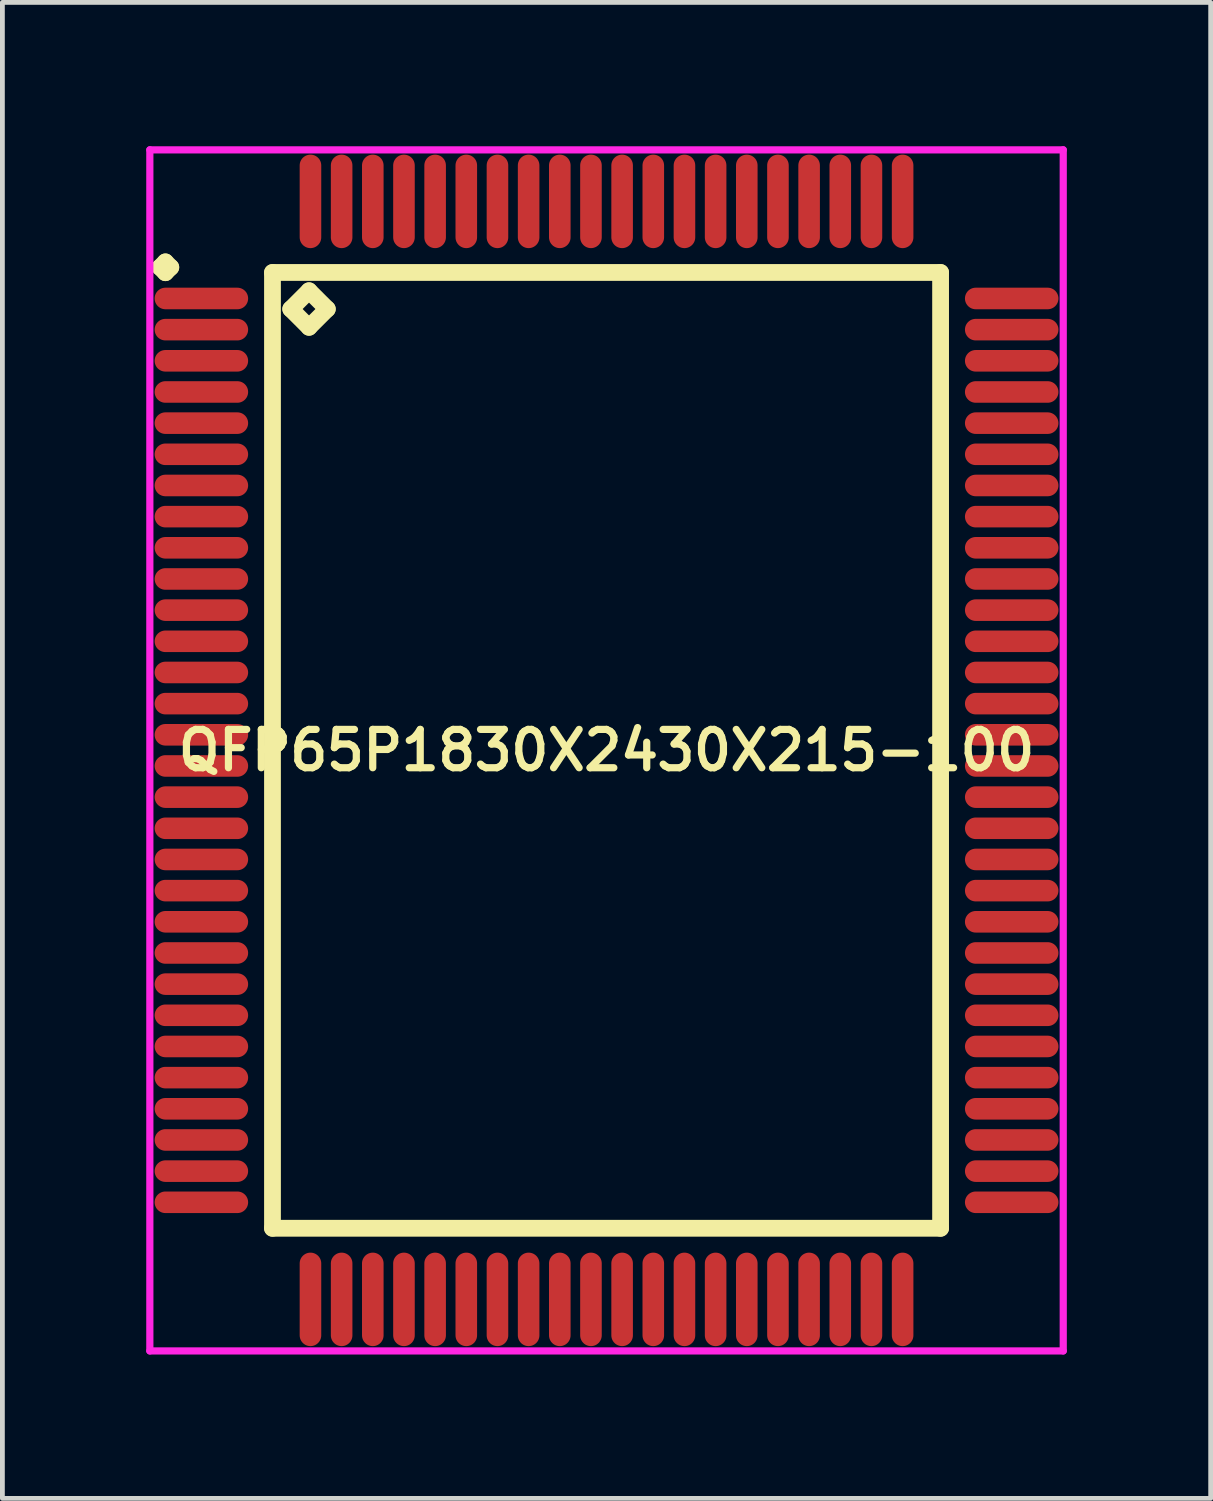
<source format=kicad_pcb>
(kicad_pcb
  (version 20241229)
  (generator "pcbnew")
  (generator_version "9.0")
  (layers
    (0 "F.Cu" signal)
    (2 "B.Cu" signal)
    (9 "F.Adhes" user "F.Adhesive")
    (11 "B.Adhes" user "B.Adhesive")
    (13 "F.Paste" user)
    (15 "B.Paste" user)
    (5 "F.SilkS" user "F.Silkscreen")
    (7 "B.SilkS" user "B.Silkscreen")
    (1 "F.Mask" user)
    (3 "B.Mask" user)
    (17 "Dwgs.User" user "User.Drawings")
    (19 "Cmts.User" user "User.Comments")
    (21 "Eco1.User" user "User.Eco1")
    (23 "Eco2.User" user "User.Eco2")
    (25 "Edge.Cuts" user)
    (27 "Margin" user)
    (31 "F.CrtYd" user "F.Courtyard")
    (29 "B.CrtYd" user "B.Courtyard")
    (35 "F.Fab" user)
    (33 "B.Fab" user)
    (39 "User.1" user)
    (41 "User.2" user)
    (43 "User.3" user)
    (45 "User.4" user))
  (footprint "QFP65P1830X2430X215-100"
    (layer "F.Cu")
    (at 9.6 12.6)
    (property "Reference" "QFP65P1830X2430X215-100" (at 0 0 0) (layer "F.SilkS") (effects (font (size 0.8 0.8) (thickness 0.15))))
    (attr through_hole)
    (fp_line (start -9.312 -10.075) (end -9.2 -10.188) (stroke (width 0.35) (type solid)) (layer "F.SilkS"))
    (fp_line (start -9.2 -10.188) (end -9.088 -10.075) (stroke (width 0.35) (type solid)) (layer "F.SilkS"))
    (fp_line (start -9.2 -9.963) (end -9.312 -10.075) (stroke (width 0.35) (type solid)) (layer "F.SilkS"))
    (fp_line (start -9.088 -10.075) (end -9.2 -9.963) (stroke (width 0.35) (type solid)) (layer "F.SilkS"))
    (fp_line (start -6.967 -9.967) (end -6.967 9.967) (stroke (width 0.35) (type solid)) (layer "F.SilkS"))
    (fp_line (start -6.967 9.967) (end 6.967 9.967) (stroke (width 0.35) (type solid)) (layer "F.SilkS"))
    (fp_line (start -6.586 -9.205) (end -6.205 -9.586) (stroke (width 0.35) (type solid)) (layer "F.SilkS"))
    (fp_line (start -6.205 -9.586) (end -5.824 -9.205) (stroke (width 0.35) (type solid)) (layer "F.SilkS"))
    (fp_line (start -6.205 -8.824) (end -6.586 -9.205) (stroke (width 0.35) (type solid)) (layer "F.SilkS"))
    (fp_line (start -5.824 -9.205) (end -6.205 -8.824) (stroke (width 0.35) (type solid)) (layer "F.SilkS"))
    (fp_line (start 6.967 -9.967) (end -6.967 -9.967) (stroke (width 0.35) (type solid)) (layer "F.SilkS"))
    (fp_line (start 6.967 9.967) (end 6.967 -9.967) (stroke (width 0.35) (type solid)) (layer "F.SilkS"))
    (fp_line (start -9.525 -12.525) (end 9.525 -12.525) (stroke (width 0.15) (type solid)) (layer "F.CrtYd"))
    (fp_line (start -9.525 12.525) (end -9.525 -12.525) (stroke (width 0.15) (type solid)) (layer "F.CrtYd"))
    (fp_line (start 9.525 -12.525) (end 9.525 12.525) (stroke (width 0.15) (type solid)) (layer "F.CrtYd"))
    (fp_line (start 9.525 12.525) (end -9.525 12.525) (stroke (width 0.15) (type solid)) (layer "F.CrtYd"))
    (pad "1" smd oval (at -8.45 -9.425) (size 1.95 0.45) (layers "F.Cu" "F.Mask" "F.Paste"))
    (pad "2" smd oval (at -8.45 -8.775) (size 1.95 0.45) (layers "F.Cu" "F.Mask" "F.Paste"))
    (pad "3" smd oval (at -8.45 -8.125) (size 1.95 0.45) (layers "F.Cu" "F.Mask" "F.Paste"))
    (pad "4" smd oval (at -8.45 -7.475) (size 1.95 0.45) (layers "F.Cu" "F.Mask" "F.Paste"))
    (pad "5" smd oval (at -8.45 -6.825) (size 1.95 0.45) (layers "F.Cu" "F.Mask" "F.Paste"))
    (pad "6" smd oval (at -8.45 -6.175) (size 1.95 0.45) (layers "F.Cu" "F.Mask" "F.Paste"))
    (pad "7" smd oval (at -8.45 -5.525) (size 1.95 0.45) (layers "F.Cu" "F.Mask" "F.Paste"))
    (pad "8" smd oval (at -8.45 -4.875) (size 1.95 0.45) (layers "F.Cu" "F.Mask" "F.Paste"))
    (pad "9" smd oval (at -8.45 -4.225) (size 1.95 0.45) (layers "F.Cu" "F.Mask" "F.Paste"))
    (pad "10" smd oval (at -8.45 -3.575) (size 1.95 0.45) (layers "F.Cu" "F.Mask" "F.Paste"))
    (pad "11" smd oval (at -8.45 -2.925) (size 1.95 0.45) (layers "F.Cu" "F.Mask" "F.Paste"))
    (pad "12" smd oval (at -8.45 -2.275) (size 1.95 0.45) (layers "F.Cu" "F.Mask" "F.Paste"))
    (pad "13" smd oval (at -8.45 -1.625) (size 1.95 0.45) (layers "F.Cu" "F.Mask" "F.Paste"))
    (pad "14" smd oval (at -8.45 -0.975) (size 1.95 0.45) (layers "F.Cu" "F.Mask" "F.Paste"))
    (pad "15" smd oval (at -8.45 -0.325) (size 1.95 0.45) (layers "F.Cu" "F.Mask" "F.Paste"))
    (pad "16" smd oval (at -8.45 0.325) (size 1.95 0.45) (layers "F.Cu" "F.Mask" "F.Paste"))
    (pad "17" smd oval (at -8.45 0.975) (size 1.95 0.45) (layers "F.Cu" "F.Mask" "F.Paste"))
    (pad "18" smd oval (at -8.45 1.625) (size 1.95 0.45) (layers "F.Cu" "F.Mask" "F.Paste"))
    (pad "19" smd oval (at -8.45 2.275) (size 1.95 0.45) (layers "F.Cu" "F.Mask" "F.Paste"))
    (pad "20" smd oval (at -8.45 2.925) (size 1.95 0.45) (layers "F.Cu" "F.Mask" "F.Paste"))
    (pad "21" smd oval (at -8.45 3.575) (size 1.95 0.45) (layers "F.Cu" "F.Mask" "F.Paste"))
    (pad "22" smd oval (at -8.45 4.225) (size 1.95 0.45) (layers "F.Cu" "F.Mask" "F.Paste"))
    (pad "23" smd oval (at -8.45 4.875) (size 1.95 0.45) (layers "F.Cu" "F.Mask" "F.Paste"))
    (pad "24" smd oval (at -8.45 5.525) (size 1.95 0.45) (layers "F.Cu" "F.Mask" "F.Paste"))
    (pad "25" smd oval (at -8.45 6.175) (size 1.95 0.45) (layers "F.Cu" "F.Mask" "F.Paste"))
    (pad "26" smd oval (at -8.45 6.825) (size 1.95 0.45) (layers "F.Cu" "F.Mask" "F.Paste"))
    (pad "27" smd oval (at -8.45 7.475) (size 1.95 0.45) (layers "F.Cu" "F.Mask" "F.Paste"))
    (pad "28" smd oval (at -8.45 8.125) (size 1.95 0.45) (layers "F.Cu" "F.Mask" "F.Paste"))
    (pad "29" smd oval (at -8.45 8.775) (size 1.95 0.45) (layers "F.Cu" "F.Mask" "F.Paste"))
    (pad "30" smd oval (at -8.45 9.425) (size 1.95 0.45) (layers "F.Cu" "F.Mask" "F.Paste"))
    (pad "31" smd oval (at -6.175 11.45) (size 0.45 1.95) (layers "F.Cu" "F.Mask" "F.Paste"))
    (pad "32" smd oval (at -5.525 11.45) (size 0.45 1.95) (layers "F.Cu" "F.Mask" "F.Paste"))
    (pad "33" smd oval (at -4.875 11.45) (size 0.45 1.95) (layers "F.Cu" "F.Mask" "F.Paste"))
    (pad "34" smd oval (at -4.225 11.45) (size 0.45 1.95) (layers "F.Cu" "F.Mask" "F.Paste"))
    (pad "35" smd oval (at -3.575 11.45) (size 0.45 1.95) (layers "F.Cu" "F.Mask" "F.Paste"))
    (pad "36" smd oval (at -2.925 11.45) (size 0.45 1.95) (layers "F.Cu" "F.Mask" "F.Paste"))
    (pad "37" smd oval (at -2.275 11.45) (size 0.45 1.95) (layers "F.Cu" "F.Mask" "F.Paste"))
    (pad "38" smd oval (at -1.625 11.45) (size 0.45 1.95) (layers "F.Cu" "F.Mask" "F.Paste"))
    (pad "39" smd oval (at -0.975 11.45) (size 0.45 1.95) (layers "F.Cu" "F.Mask" "F.Paste"))
    (pad "40" smd oval (at -0.325 11.45) (size 0.45 1.95) (layers "F.Cu" "F.Mask" "F.Paste"))
    (pad "41" smd oval (at 0.325 11.45) (size 0.45 1.95) (layers "F.Cu" "F.Mask" "F.Paste"))
    (pad "42" smd oval (at 0.975 11.45) (size 0.45 1.95) (layers "F.Cu" "F.Mask" "F.Paste"))
    (pad "43" smd oval (at 1.625 11.45) (size 0.45 1.95) (layers "F.Cu" "F.Mask" "F.Paste"))
    (pad "44" smd oval (at 2.275 11.45) (size 0.45 1.95) (layers "F.Cu" "F.Mask" "F.Paste"))
    (pad "45" smd oval (at 2.925 11.45) (size 0.45 1.95) (layers "F.Cu" "F.Mask" "F.Paste"))
    (pad "46" smd oval (at 3.575 11.45) (size 0.45 1.95) (layers "F.Cu" "F.Mask" "F.Paste"))
    (pad "47" smd oval (at 4.225 11.45) (size 0.45 1.95) (layers "F.Cu" "F.Mask" "F.Paste"))
    (pad "48" smd oval (at 4.875 11.45) (size 0.45 1.95) (layers "F.Cu" "F.Mask" "F.Paste"))
    (pad "49" smd oval (at 5.525 11.45) (size 0.45 1.95) (layers "F.Cu" "F.Mask" "F.Paste"))
    (pad "50" smd oval (at 6.175 11.45) (size 0.45 1.95) (layers "F.Cu" "F.Mask" "F.Paste"))
    (pad "51" smd oval (at 8.45 9.425) (size 1.95 0.45) (layers "F.Cu" "F.Mask" "F.Paste"))
    (pad "52" smd oval (at 8.45 8.775) (size 1.95 0.45) (layers "F.Cu" "F.Mask" "F.Paste"))
    (pad "53" smd oval (at 8.45 8.125) (size 1.95 0.45) (layers "F.Cu" "F.Mask" "F.Paste"))
    (pad "54" smd oval (at 8.45 7.475) (size 1.95 0.45) (layers "F.Cu" "F.Mask" "F.Paste"))
    (pad "55" smd oval (at 8.45 6.825) (size 1.95 0.45) (layers "F.Cu" "F.Mask" "F.Paste"))
    (pad "56" smd oval (at 8.45 6.175) (size 1.95 0.45) (layers "F.Cu" "F.Mask" "F.Paste"))
    (pad "57" smd oval (at 8.45 5.525) (size 1.95 0.45) (layers "F.Cu" "F.Mask" "F.Paste"))
    (pad "58" smd oval (at 8.45 4.875) (size 1.95 0.45) (layers "F.Cu" "F.Mask" "F.Paste"))
    (pad "59" smd oval (at 8.45 4.225) (size 1.95 0.45) (layers "F.Cu" "F.Mask" "F.Paste"))
    (pad "60" smd oval (at 8.45 3.575) (size 1.95 0.45) (layers "F.Cu" "F.Mask" "F.Paste"))
    (pad "61" smd oval (at 8.45 2.925) (size 1.95 0.45) (layers "F.Cu" "F.Mask" "F.Paste"))
    (pad "62" smd oval (at 8.45 2.275) (size 1.95 0.45) (layers "F.Cu" "F.Mask" "F.Paste"))
    (pad "63" smd oval (at 8.45 1.625) (size 1.95 0.45) (layers "F.Cu" "F.Mask" "F.Paste"))
    (pad "64" smd oval (at 8.45 0.975) (size 1.95 0.45) (layers "F.Cu" "F.Mask" "F.Paste"))
    (pad "65" smd oval (at 8.45 0.325) (size 1.95 0.45) (layers "F.Cu" "F.Mask" "F.Paste"))
    (pad "66" smd oval (at 8.45 -0.325) (size 1.95 0.45) (layers "F.Cu" "F.Mask" "F.Paste"))
    (pad "67" smd oval (at 8.45 -0.975) (size 1.95 0.45) (layers "F.Cu" "F.Mask" "F.Paste"))
    (pad "68" smd oval (at 8.45 -1.625) (size 1.95 0.45) (layers "F.Cu" "F.Mask" "F.Paste"))
    (pad "69" smd oval (at 8.45 -2.275) (size 1.95 0.45) (layers "F.Cu" "F.Mask" "F.Paste"))
    (pad "70" smd oval (at 8.45 -2.925) (size 1.95 0.45) (layers "F.Cu" "F.Mask" "F.Paste"))
    (pad "71" smd oval (at 8.45 -3.575) (size 1.95 0.45) (layers "F.Cu" "F.Mask" "F.Paste"))
    (pad "72" smd oval (at 8.45 -4.225) (size 1.95 0.45) (layers "F.Cu" "F.Mask" "F.Paste"))
    (pad "73" smd oval (at 8.45 -4.875) (size 1.95 0.45) (layers "F.Cu" "F.Mask" "F.Paste"))
    (pad "74" smd oval (at 8.45 -5.525) (size 1.95 0.45) (layers "F.Cu" "F.Mask" "F.Paste"))
    (pad "75" smd oval (at 8.45 -6.175) (size 1.95 0.45) (layers "F.Cu" "F.Mask" "F.Paste"))
    (pad "76" smd oval (at 8.45 -6.825) (size 1.95 0.45) (layers "F.Cu" "F.Mask" "F.Paste"))
    (pad "77" smd oval (at 8.45 -7.475) (size 1.95 0.45) (layers "F.Cu" "F.Mask" "F.Paste"))
    (pad "78" smd oval (at 8.45 -8.125) (size 1.95 0.45) (layers "F.Cu" "F.Mask" "F.Paste"))
    (pad "79" smd oval (at 8.45 -8.775) (size 1.95 0.45) (layers "F.Cu" "F.Mask" "F.Paste"))
    (pad "80" smd oval (at 8.45 -9.425) (size 1.95 0.45) (layers "F.Cu" "F.Mask" "F.Paste"))
    (pad "81" smd oval (at 6.175 -11.45) (size 0.45 1.95) (layers "F.Cu" "F.Mask" "F.Paste"))
    (pad "82" smd oval (at 5.525 -11.45) (size 0.45 1.95) (layers "F.Cu" "F.Mask" "F.Paste"))
    (pad "83" smd oval (at 4.875 -11.45) (size 0.45 1.95) (layers "F.Cu" "F.Mask" "F.Paste"))
    (pad "84" smd oval (at 4.225 -11.45) (size 0.45 1.95) (layers "F.Cu" "F.Mask" "F.Paste"))
    (pad "85" smd oval (at 3.575 -11.45) (size 0.45 1.95) (layers "F.Cu" "F.Mask" "F.Paste"))
    (pad "86" smd oval (at 2.925 -11.45) (size 0.45 1.95) (layers "F.Cu" "F.Mask" "F.Paste"))
    (pad "87" smd oval (at 2.275 -11.45) (size 0.45 1.95) (layers "F.Cu" "F.Mask" "F.Paste"))
    (pad "88" smd oval (at 1.625 -11.45) (size 0.45 1.95) (layers "F.Cu" "F.Mask" "F.Paste"))
    (pad "89" smd oval (at 0.975 -11.45) (size 0.45 1.95) (layers "F.Cu" "F.Mask" "F.Paste"))
    (pad "90" smd oval (at 0.325 -11.45) (size 0.45 1.95) (layers "F.Cu" "F.Mask" "F.Paste"))
    (pad "91" smd oval (at -0.325 -11.45) (size 0.45 1.95) (layers "F.Cu" "F.Mask" "F.Paste"))
    (pad "92" smd oval (at -0.975 -11.45) (size 0.45 1.95) (layers "F.Cu" "F.Mask" "F.Paste"))
    (pad "93" smd oval (at -1.625 -11.45) (size 0.45 1.95) (layers "F.Cu" "F.Mask" "F.Paste"))
    (pad "94" smd oval (at -2.275 -11.45) (size 0.45 1.95) (layers "F.Cu" "F.Mask" "F.Paste"))
    (pad "95" smd oval (at -2.925 -11.45) (size 0.45 1.95) (layers "F.Cu" "F.Mask" "F.Paste"))
    (pad "96" smd oval (at -3.575 -11.45) (size 0.45 1.95) (layers "F.Cu" "F.Mask" "F.Paste"))
    (pad "97" smd oval (at -4.225 -11.45) (size 0.45 1.95) (layers "F.Cu" "F.Mask" "F.Paste"))
    (pad "98" smd oval (at -4.875 -11.45) (size 0.45 1.95) (layers "F.Cu" "F.Mask" "F.Paste"))
    (pad "99" smd oval (at -5.525 -11.45) (size 0.45 1.95) (layers "F.Cu" "F.Mask" "F.Paste"))
    (pad "100" smd oval (at -6.175 -11.45) (size 0.45 1.95) (layers "F.Cu" "F.Mask" "F.Paste")))
  (gr_rect
    (start -3 -3)
    (end 22.2 28.2)
    (stroke (width 0.1) (type default))
    (fill no)
    (layer "Edge.Cuts")))
</source>
